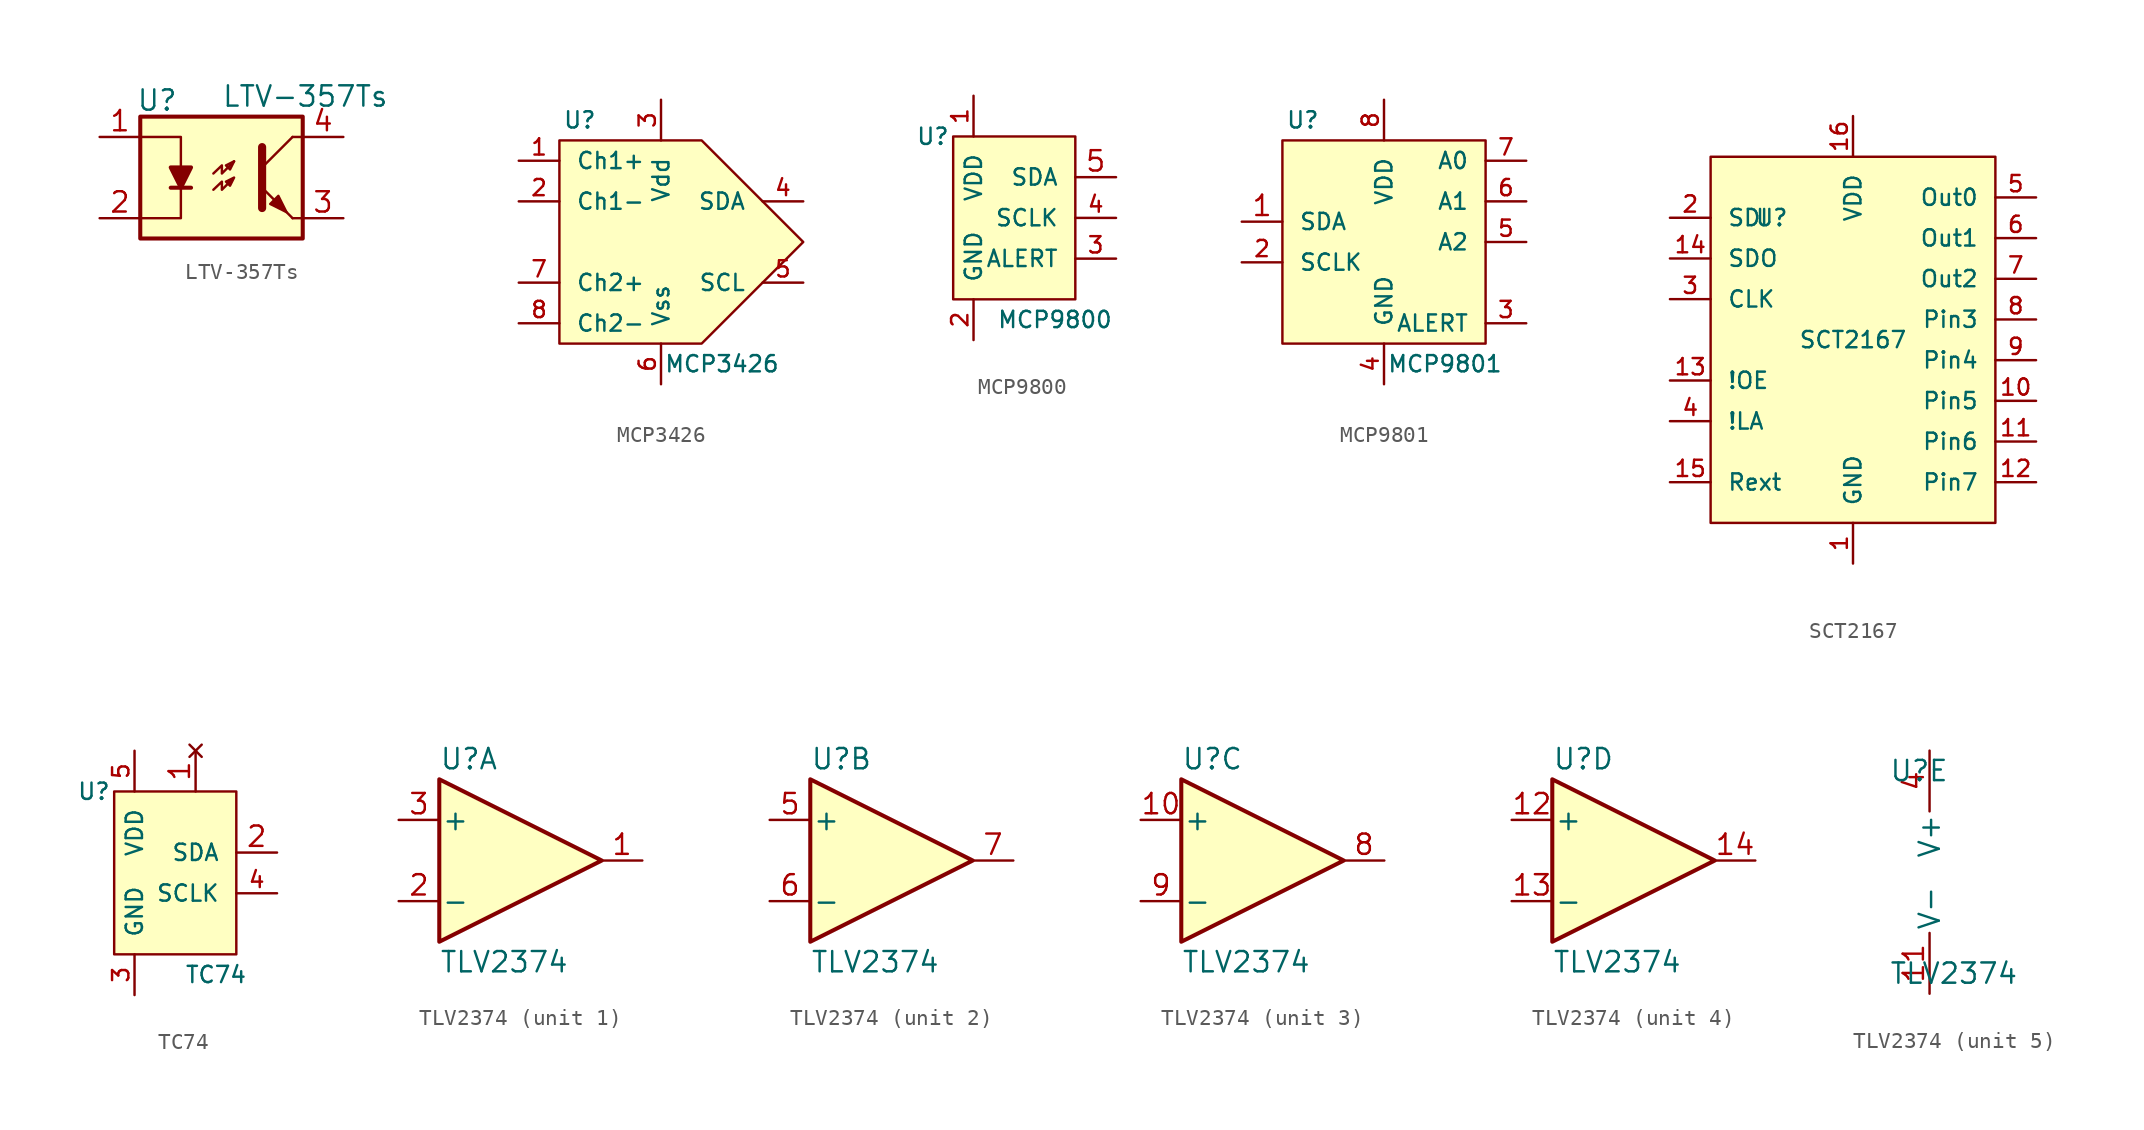
<source format=kicad_sym>
(kicad_symbol_lib
  (version 20211014)
  (generator kicad_symbol_editor)
  (symbol "LTV-357Ts"
    (pin_names
      (offset 1.016))
    (property "Reference" "U"
      (at -5.334 4.826 0)
      (effects (font (size 1.27 1.27)) (justify left)))
    (property "Value" "LTV-357Ts"
      (at 0 5.08 0)
      (effects (font (size 1.27 1.27)) (justify left)))
    (symbol "LTV-357Ts_0_1"
      (rectangle (start -5.08 3.81) (end 5.08 -3.81) (stroke (width 0.254) (type default) (color 0 0 0 0)) (fill (type background)))
      (polyline (pts (xy -3.175 -0.635) (xy -1.905 -0.635)) (stroke (width 0.254) (type default) (color 0 0 0 0)) (fill (type none)))
      (polyline (pts (xy 2.54 0.635) (xy 4.445 2.54)) (stroke (width 0) (type default) (color 0 0 0 0)) (fill (type none)))
      (polyline (pts (xy 4.445 -2.54) (xy 2.54 -0.635)) (stroke (width 0) (type default) (color 0 0 0 0)) (fill (type outline)))
      (polyline (pts (xy 4.445 -2.54) (xy 5.08 -2.54)) (stroke (width 0) (type default) (color 0 0 0 0)) (fill (type none)))
      (polyline (pts (xy 4.445 2.54) (xy 5.08 2.54)) (stroke (width 0) (type default) (color 0 0 0 0)) (fill (type none)))
      (polyline (pts (xy -5.08 2.54) (xy -2.54 2.54) (xy -2.54 0.635)) (stroke (width 0) (type default) (color 0 0 0 0)) (fill (type none)))
      (polyline (pts (xy -2.54 -0.635) (xy -2.54 -2.54) (xy -5.08 -2.54)) (stroke (width 0) (type default) (color 0 0 0 0)) (fill (type none)))
      (polyline (pts (xy 2.54 1.905) (xy 2.54 -1.905) (xy 2.54 -1.905)) (stroke (width 0.508) (type default) (color 0 0 0 0)) (fill (type none)))
      (polyline (pts (xy -2.54 -0.635) (xy -3.175 0.635) (xy -1.905 0.635) (xy -2.54 -0.635)) (stroke (width 0.254) (type default) (color 0 0 0 0)) (fill (type outline)))
      (polyline (pts (xy -0.508 0.254) (xy 0.025 0.762) (xy 0.025 0.254) (xy 0.787 1.016)) (stroke (width 0) (type default) (color 0 0 0 0)) (fill (type none)))
      (polyline (pts (xy 0.787 1.016) (xy 0.279 0.762) (xy 0.533 0.508) (xy 0.787 1.016)) (stroke (width 0) (type default) (color 0 0 0 0)) (fill (type none)))
      (polyline (pts (xy 3.048 -1.651) (xy 3.556 -1.143) (xy 4.064 -2.159) (xy 3.048 -1.651) (xy 3.048 -1.651)) (stroke (width 0) (type default) (color 0 0 0 0)) (fill (type outline)))
      (polyline (pts (xy -0.508 -0.762) (xy 0.025 -0.254) (xy 0.025 -0.762) (xy 0.787 0) (xy 0.279 -0.254) (xy 0.533 -0.508) (xy 0.787 0)) (stroke (width 0) (type default) (color 0 0 0 0)) (fill (type none))))
    (symbol "LTV-357Ts_1_1"
      (pin passive line (at -7.62 2.54 0) (length 2.54) (name "~" (effects (font (size 1.27 1.27)))) (number "1" (effects (font (size 1.27 1.27)))))
      (pin passive line (at -7.62 -2.54 0) (length 2.54) (name "~" (effects (font (size 1.27 1.27)))) (number "2" (effects (font (size 1.27 1.27)))))
      (pin passive line (at 7.62 -2.54 180) (length 2.54) (name "~" (effects (font (size 1.27 1.27)))) (number "3" (effects (font (size 1.27 1.27)))))
      (pin passive line (at 7.62 2.54 180) (length 2.54) (name "~" (effects (font (size 1.27 1.27)))) (number "4" (effects (font (size 1.27 1.27)))))))
  (symbol "MCP3426"
    (pin_names
      (offset 1.016))
    (property "Reference" "U"
      (at -5.08 7.62 0)
      (effects (font (size 1.016 1.016))))
    (property "Value" "MCP3426"
      (at 3.81 -7.62 0)
      (effects (font (size 1.016 1.016))))
    (property "Footprint" ""
      (at 0 0 0)
      (effects (font (size 1.524 1.524))))
    (property "Datasheet" ""
      (at 0 0 0)
      (effects (font (size 1.524 1.524))))
    (symbol "MCP3426_0_1"
      (polyline (pts (xy -6.35 -6.35) (xy -6.35 6.35) (xy 2.54 6.35) (xy 8.89 0) (xy 2.54 -6.35) (xy -6.35 -6.35)) (stroke (width 0) (type default) (color 0 0 0 0)) (fill (type background))))
    (symbol "MCP3426_1_1"
      (pin input line (at -8.89 5.08 0) (length 2.54) (name "Ch1+" (effects (font (size 1.016 1.016)))) (number "1" (effects (font (size 1.016 1.016)))))
      (pin input line (at -8.89 2.54 0) (length 2.54) (name "Ch1-" (effects (font (size 1.016 1.016)))) (number "2" (effects (font (size 1.016 1.016)))))
      (pin power_in line (at 0 8.89 270) (length 2.54) (name "Vdd" (effects (font (size 1.016 1.016)))) (number "3" (effects (font (size 1.016 1.016)))))
      (pin bidirectional line (at 8.89 2.54 180) (length 2.54) (name "SDA" (effects (font (size 1.016 1.016)))) (number "4" (effects (font (size 1.016 1.016)))))
      (pin input line (at 8.89 -2.54 180) (length 2.54) (name "SCL" (effects (font (size 1.016 1.016)))) (number "5" (effects (font (size 1.016 1.016)))))
      (pin power_in line (at 0 -8.89 90) (length 2.54) (name "Vss" (effects (font (size 1.016 1.016)))) (number "6" (effects (font (size 1.016 1.016)))))
      (pin input line (at -8.89 -2.54 0) (length 2.54) (name "Ch2+" (effects (font (size 1.016 1.016)))) (number "7" (effects (font (size 1.016 1.016)))))
      (pin input line (at -8.89 -5.08 0) (length 2.54) (name "Ch2-" (effects (font (size 1.016 1.016)))) (number "8" (effects (font (size 1.016 1.016)))))))
  (symbol "MCP9800"
    (pin_names
      (offset 1.016))
    (property "Reference" "U"
      (at -3.81 5.08 0)
      (effects (font (size 1.016 1.016))))
    (property "Value" "MCP9800"
      (at 3.81 -6.35 0)
      (effects (font (size 1.016 1.016))))
    (property "Footprint" ""
      (at 0 0 0)
      (effects (font (size 1.524 1.524))))
    (property "Datasheet" ""
      (at 0 0 0)
      (effects (font (size 1.524 1.524))))
    (symbol "MCP9800_0_1"
      (polyline (pts (xy -2.54 5.08) (xy 5.08 5.08) (xy 5.08 -5.08) (xy -2.54 -5.08) (xy -2.54 5.08)) (stroke (width 0) (type default) (color 0 0 0 0)) (fill (type background))))
    (symbol "MCP9800_1_1"
      (pin power_in line (at -1.27 7.62 270) (length 2.54) (name "VDD" (effects (font (size 1.016 1.016)))) (number "1" (effects (font (size 1.016 1.016)))))
      (pin power_in line (at -1.27 -7.62 90) (length 2.54) (name "GND" (effects (font (size 1.016 1.016)))) (number "2" (effects (font (size 1.016 1.016)))))
      (pin output line (at 7.62 -2.54 180) (length 2.54) (name "ALERT" (effects (font (size 1.016 1.016)))) (number "3" (effects (font (size 1.016 1.016)))))
      (pin input line (at 7.62 0 180) (length 2.54) (name "SCLK" (effects (font (size 1.016 1.016)))) (number "4" (effects (font (size 1.016 1.016)))))
      (pin bidirectional line (at 7.62 2.54 180) (length 2.54) (name "SDA" (effects (font (size 1.016 1.016)))) (number "5" (effects (font (size 1.27 1.27)))))))
  (symbol "MCP9801"
    (pin_names
      (offset 1.016))
    (property "Reference" "U"
      (at -5.08 7.62 0)
      (effects (font (size 1.016 1.016))))
    (property "Value" "MCP9801"
      (at 3.81 -7.62 0)
      (effects (font (size 1.016 1.016))))
    (property "Footprint" ""
      (at 0 0 0)
      (effects (font (size 1.524 1.524))))
    (property "Datasheet" ""
      (at 0 0 0)
      (effects (font (size 1.524 1.524))))
    (symbol "MCP9801_0_1"
      (polyline (pts (xy -6.35 6.35) (xy 6.35 6.35) (xy 6.35 -6.35) (xy -6.35 -6.35) (xy -6.35 6.35)) (stroke (width 0) (type default) (color 0 0 0 0)) (fill (type background))))
    (symbol "MCP9801_1_1"
      (pin bidirectional line (at -8.89 1.27 0) (length 2.54) (name "SDA" (effects (font (size 1.016 1.016)))) (number "1" (effects (font (size 1.27 1.27)))))
      (pin input line (at -8.89 -1.27 0) (length 2.54) (name "SCLK" (effects (font (size 1.016 1.016)))) (number "2" (effects (font (size 1.016 1.016)))))
      (pin output line (at 8.89 -5.08 180) (length 2.54) (name "ALERT" (effects (font (size 1.016 1.016)))) (number "3" (effects (font (size 1.016 1.016)))))
      (pin power_in line (at 0 -8.89 90) (length 2.54) (name "GND" (effects (font (size 1.016 1.016)))) (number "4" (effects (font (size 1.016 1.016)))))
      (pin input line (at 8.89 0 180) (length 2.54) (name "A2" (effects (font (size 1.016 1.016)))) (number "5" (effects (font (size 1.016 1.016)))))
      (pin input line (at 8.89 2.54 180) (length 2.54) (name "A1" (effects (font (size 1.016 1.016)))) (number "6" (effects (font (size 1.016 1.016)))))
      (pin input line (at 8.89 5.08 180) (length 2.54) (name "A0" (effects (font (size 1.016 1.016)))) (number "7" (effects (font (size 1.016 1.016)))))
      (pin power_in line (at 0 8.89 270) (length 2.54) (name "VDD" (effects (font (size 1.016 1.016)))) (number "8" (effects (font (size 1.016 1.016)))))))
  (symbol "SCT2167"
    (pin_names
      (offset 1.016))
    (property "Reference" "U"
      (at -5.08 7.62 0)
      (effects (font (size 1.016 1.016))))
    (property "Value" "SCT2167"
      (at 0 0 0)
      (effects (font (size 1.016 1.016))))
    (property "Footprint" ""
      (at 0 0 0)
      (effects (font (size 1.524 1.524))))
    (property "Datasheet" ""
      (at 0 0 0)
      (effects (font (size 1.524 1.524))))
    (symbol "SCT2167_0_1"
      (polyline (pts (xy -8.89 11.43) (xy 8.89 11.43) (xy 8.89 -11.43) (xy -8.89 -11.43) (xy -8.89 11.43)) (stroke (width 0) (type default) (color 0 0 0 0)) (fill (type background))))
    (symbol "SCT2167_1_1"
      (pin bidirectional line (at 0 -13.97 90) (length 2.54) (name "GND" (effects (font (size 1.016 1.016)))) (number "1" (effects (font (size 1.016 1.016)))))
      (pin output line (at 11.43 -3.81 180) (length 2.54) (name "Pin5" (effects (font (size 1.016 1.016)))) (number "10" (effects (font (size 1.016 1.016)))))
      (pin output line (at 11.43 -6.35 180) (length 2.54) (name "Pin6" (effects (font (size 1.016 1.016)))) (number "11" (effects (font (size 1.016 1.016)))))
      (pin output line (at 11.43 -8.89 180) (length 2.54) (name "Pin7" (effects (font (size 1.016 1.016)))) (number "12" (effects (font (size 1.016 1.016)))))
      (pin input line (at -11.43 -2.54 0) (length 2.54) (name "!OE" (effects (font (size 1.016 1.016)))) (number "13" (effects (font (size 1.016 1.016)))))
      (pin output line (at -11.43 5.08 0) (length 2.54) (name "SDO" (effects (font (size 1.016 1.016)))) (number "14" (effects (font (size 1.016 1.016)))))
      (pin input line (at -11.43 -8.89 0) (length 2.54) (name "Rext" (effects (font (size 1.016 1.016)))) (number "15" (effects (font (size 1.016 1.016)))))
      (pin power_in line (at 0 13.97 270) (length 2.54) (name "VDD" (effects (font (size 1.016 1.016)))) (number "16" (effects (font (size 1.016 1.016)))))
      (pin input line (at -11.43 7.62 0) (length 2.54) (name "SDI" (effects (font (size 1.016 1.016)))) (number "2" (effects (font (size 1.016 1.016)))))
      (pin input line (at -11.43 2.54 0) (length 2.54) (name "CLK" (effects (font (size 1.016 1.016)))) (number "3" (effects (font (size 1.016 1.016)))))
      (pin input line (at -11.43 -5.08 0) (length 2.54) (name "!LA" (effects (font (size 1.016 1.016)))) (number "4" (effects (font (size 1.016 1.016)))))
      (pin output line (at 11.43 8.89 180) (length 2.54) (name "Out0" (effects (font (size 1.016 1.016)))) (number "5" (effects (font (size 1.016 1.016)))))
      (pin output line (at 11.43 6.35 180) (length 2.54) (name "Out1" (effects (font (size 1.016 1.016)))) (number "6" (effects (font (size 1.016 1.016)))))
      (pin output line (at 11.43 3.81 180) (length 2.54) (name "Out2" (effects (font (size 1.016 1.016)))) (number "7" (effects (font (size 1.016 1.016)))))
      (pin output line (at 11.43 1.27 180) (length 2.54) (name "Pin3" (effects (font (size 1.016 1.016)))) (number "8" (effects (font (size 1.016 1.016)))))
      (pin output line (at 11.43 -1.27 180) (length 2.54) (name "Pin4" (effects (font (size 1.016 1.016)))) (number "9" (effects (font (size 1.016 1.016)))))))
  (symbol "TC74"
    (pin_names
      (offset 1.016))
    (property "Reference" "U"
      (at -3.81 5.08 0)
      (effects (font (size 1.016 1.016))))
    (property "Value" "TC74"
      (at 3.81 -6.35 0)
      (effects (font (size 1.016 1.016))))
    (property "Footprint" ""
      (at 0 0 0)
      (effects (font (size 1.524 1.524))))
    (property "Datasheet" ""
      (at 0 0 0)
      (effects (font (size 1.524 1.524))))
    (symbol "TC74_0_1"
      (polyline (pts (xy -2.54 5.08) (xy 5.08 5.08) (xy 5.08 -5.08) (xy -2.54 -5.08) (xy -2.54 5.08)) (stroke (width 0) (type default) (color 0 0 0 0)) (fill (type background))))
    (symbol "TC74_1_1"
      (pin no_connect line (at 2.54 7.62 270) (length 2.54) (name "~" (effects (font (size 1.27 1.27)))) (number "1" (effects (font (size 1.27 1.27)))))
      (pin bidirectional line (at 7.62 1.27 180) (length 2.54) (name "SDA" (effects (font (size 1.016 1.016)))) (number "2" (effects (font (size 1.27 1.27)))))
      (pin power_in line (at -1.27 -7.62 90) (length 2.54) (name "GND" (effects (font (size 1.016 1.016)))) (number "3" (effects (font (size 1.016 1.016)))))
      (pin input line (at 7.62 -1.27 180) (length 2.54) (name "SCLK" (effects (font (size 1.016 1.016)))) (number "4" (effects (font (size 1.016 1.016)))))
      (pin power_in line (at -1.27 7.62 270) (length 2.54) (name "VDD" (effects (font (size 1.016 1.016)))) (number "5" (effects (font (size 1.016 1.016)))))))
  (symbol "TLV2374"
    (pin_names
      (offset 0.127))
    (property "Reference" "U"
      (at -5.08 6.35 0)
      (effects (font (size 1.27 1.27)) (justify left)))
    (property "Value" "TLV2374"
      (at -5.08 -6.35 0)
      (effects (font (size 1.27 1.27)) (justify left)))
    (property "ki_locked" ""
      (at 0 0 0)
      (effects (font (size 1.27 1.27))))
    (symbol "TLV2374_1_1"
      (polyline (pts (xy -5.08 5.08) (xy 5.08 0) (xy -5.08 -5.08) (xy -5.08 5.08)) (stroke (width 0.254) (type default) (color 0 0 0 0)) (fill (type background)))
      (pin output line (at 7.62 0 180) (length 2.54) (name "~" (effects (font (size 1.27 1.27)))) (number "1" (effects (font (size 1.27 1.27)))))
      (pin input line (at -7.62 -2.54 0) (length 2.54) (name "-" (effects (font (size 1.27 1.27)))) (number "2" (effects (font (size 1.27 1.27)))))
      (pin input line (at -7.62 2.54 0) (length 2.54) (name "+" (effects (font (size 1.27 1.27)))) (number "3" (effects (font (size 1.27 1.27))))))
    (symbol "TLV2374_2_1"
      (polyline (pts (xy -5.08 5.08) (xy 5.08 0) (xy -5.08 -5.08) (xy -5.08 5.08)) (stroke (width 0.254) (type default) (color 0 0 0 0)) (fill (type background)))
      (pin input line (at -7.62 2.54 0) (length 2.54) (name "+" (effects (font (size 1.27 1.27)))) (number "5" (effects (font (size 1.27 1.27)))))
      (pin input line (at -7.62 -2.54 0) (length 2.54) (name "-" (effects (font (size 1.27 1.27)))) (number "6" (effects (font (size 1.27 1.27)))))
      (pin output line (at 7.62 0 180) (length 2.54) (name "~" (effects (font (size 1.27 1.27)))) (number "7" (effects (font (size 1.27 1.27))))))
    (symbol "TLV2374_3_1"
      (polyline (pts (xy -5.08 5.08) (xy 5.08 0) (xy -5.08 -5.08) (xy -5.08 5.08)) (stroke (width 0.254) (type default) (color 0 0 0 0)) (fill (type background)))
      (pin input line (at -7.62 2.54 0) (length 2.54) (name "+" (effects (font (size 1.27 1.27)))) (number "10" (effects (font (size 1.27 1.27)))))
      (pin output line (at 7.62 0 180) (length 2.54) (name "~" (effects (font (size 1.27 1.27)))) (number "8" (effects (font (size 1.27 1.27)))))
      (pin input line (at -7.62 -2.54 0) (length 2.54) (name "-" (effects (font (size 1.27 1.27)))) (number "9" (effects (font (size 1.27 1.27))))))
    (symbol "TLV2374_4_1"
      (polyline (pts (xy -5.08 5.08) (xy 5.08 0) (xy -5.08 -5.08) (xy -5.08 5.08)) (stroke (width 0.254) (type default) (color 0 0 0 0)) (fill (type background)))
      (pin input line (at -7.62 2.54 0) (length 2.54) (name "+" (effects (font (size 1.27 1.27)))) (number "12" (effects (font (size 1.27 1.27)))))
      (pin input line (at -7.62 -2.54 0) (length 2.54) (name "-" (effects (font (size 1.27 1.27)))) (number "13" (effects (font (size 1.27 1.27)))))
      (pin output line (at 7.62 0 180) (length 2.54) (name "~" (effects (font (size 1.27 1.27)))) (number "14" (effects (font (size 1.27 1.27))))))
    (symbol "TLV2374_5_1"
      (pin power_in line (at -2.54 -7.62 90) (length 3.81) (name "V-" (effects (font (size 1.27 1.27)))) (number "11" (effects (font (size 1.27 1.27)))))
      (pin power_in line (at -2.54 7.62 270) (length 3.81) (name "V+" (effects (font (size 1.27 1.27)))) (number "4" (effects (font (size 1.27 1.27))))))))
</source>
